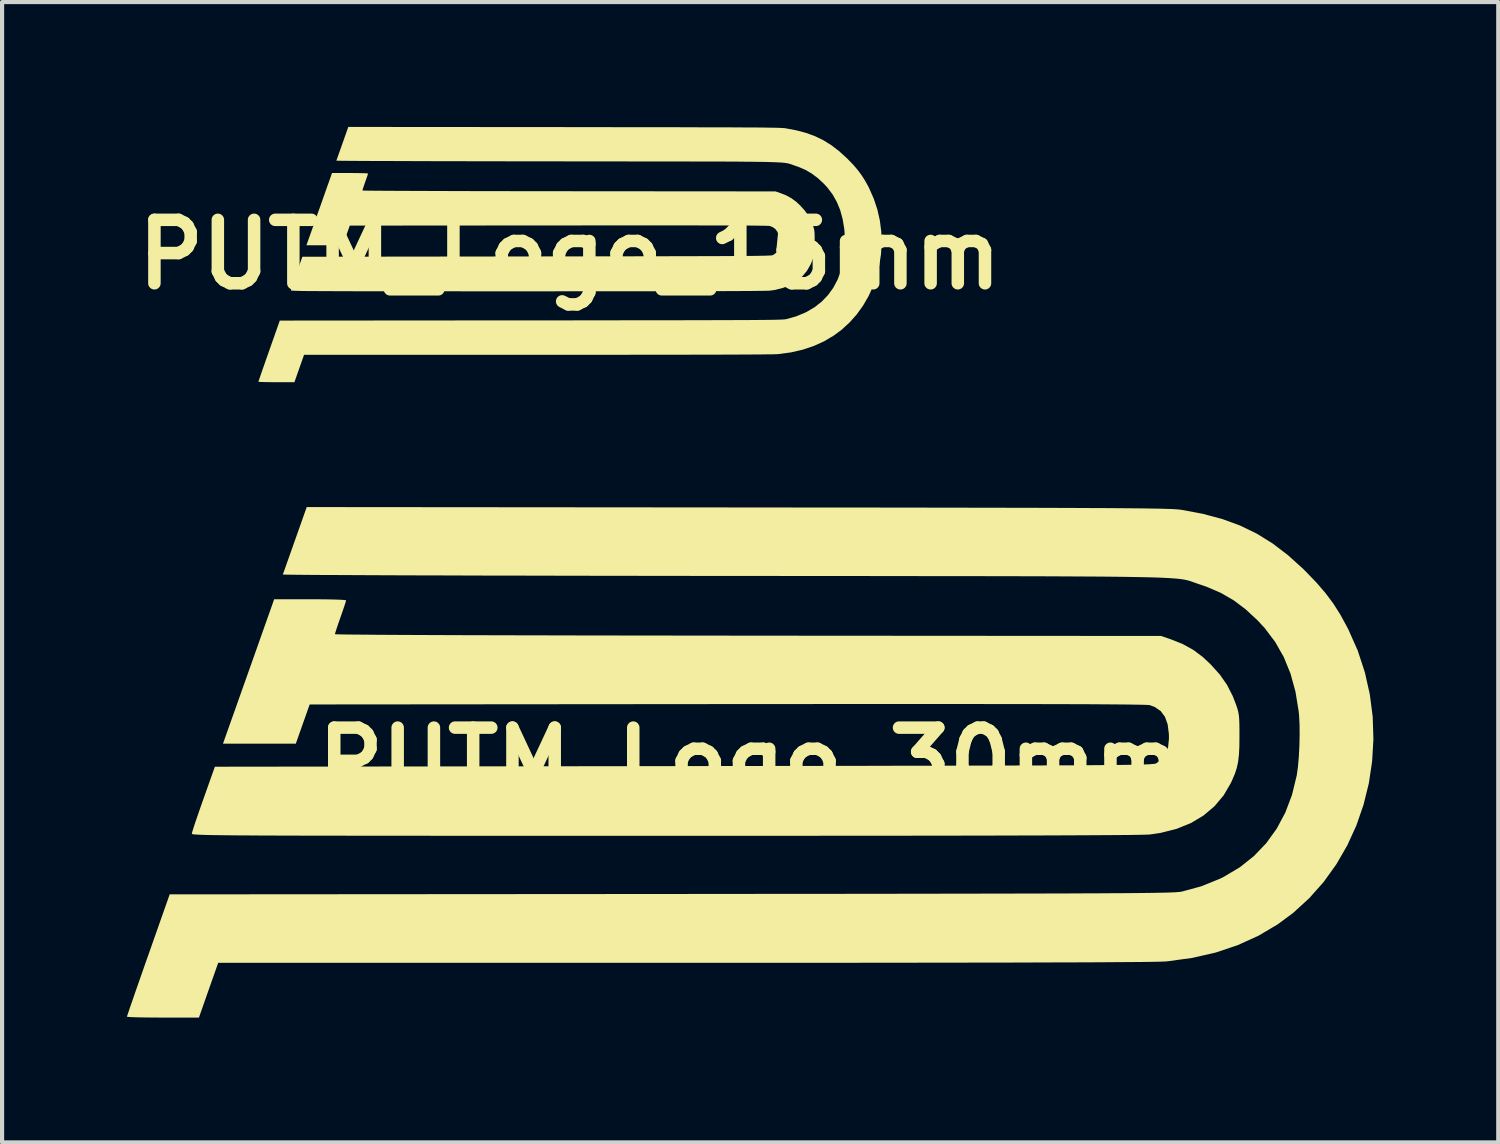
<source format=kicad_pcb>
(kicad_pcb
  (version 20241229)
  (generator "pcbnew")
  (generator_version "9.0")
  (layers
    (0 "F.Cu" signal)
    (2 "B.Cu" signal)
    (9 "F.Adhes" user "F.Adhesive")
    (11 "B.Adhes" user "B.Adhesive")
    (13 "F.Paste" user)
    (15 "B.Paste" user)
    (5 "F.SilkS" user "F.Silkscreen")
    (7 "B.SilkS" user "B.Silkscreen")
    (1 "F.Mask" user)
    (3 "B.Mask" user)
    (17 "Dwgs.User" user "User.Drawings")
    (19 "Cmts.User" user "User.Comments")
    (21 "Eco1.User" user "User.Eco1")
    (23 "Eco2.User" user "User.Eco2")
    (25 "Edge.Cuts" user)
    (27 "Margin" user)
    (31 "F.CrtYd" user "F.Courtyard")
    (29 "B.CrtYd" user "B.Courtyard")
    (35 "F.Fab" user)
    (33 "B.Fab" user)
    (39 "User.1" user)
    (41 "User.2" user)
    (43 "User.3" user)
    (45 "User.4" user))
  (footprint "PUTM_Logo_15mm"
    (layer "F.Cu")
    (at 10.639 3.067)
    (property "Reference" "PUTM_Logo_15mm" (at 0 0 0) (layer "F.SilkS") (effects (font (size 1.524 1.524) (thickness 0.3))))
    (attr board_only exclude_from_pos_files exclude_from_bom allow_missing_courtyard)
    (fp_poly (pts (xy -5.168 -1.959) (xy -5.068 -1.958) (xy -4.982 -1.956) (xy -4.914 -1.954) (xy -4.868 -1.951) (xy -4.847 -1.947) (xy -4.847 -1.946) (xy -4.851 -1.928) (xy -4.864 -1.887) (xy -4.884 -1.83) (xy -4.908 -1.761) (xy -4.914 -1.744) (xy -4.939 -1.673) (xy -4.959 -1.612) (xy -4.974 -1.566) (xy -4.981 -1.542) (xy -4.981 -1.54) (xy -4.966 -1.539) (xy -4.922 -1.537) (xy -4.85 -1.536) (xy -4.749 -1.535) (xy -4.621 -1.534) (xy -4.466 -1.533) (xy -4.286 -1.532) (xy -4.08 -1.531) (xy -3.849 -1.53) (xy -3.595 -1.529) (xy -3.317 -1.528) (xy -3.016 -1.527) (xy -2.693 -1.526) (xy -2.349 -1.525) (xy -1.984 -1.525) (xy -1.599 -1.524) (xy -1.195 -1.523) (xy -0.772 -1.523) (xy -0.331 -1.522) (xy -0.019 -1.522) (xy 4.944 -1.518) (xy 5.064 -1.477) (xy 5.207 -1.42) (xy 5.331 -1.351) (xy 5.447 -1.265) (xy 5.542 -1.175) (xy 5.651 -1.054) (xy 5.737 -0.93) (xy 5.805 -0.796) (xy 5.844 -0.696) (xy 5.86 -0.65) (xy 5.871 -0.611) (xy 5.878 -0.572) (xy 5.883 -0.526) (xy 5.885 -0.468) (xy 5.886 -0.391) (xy 5.886 -0.314) (xy 5.885 -0.192) (xy 5.88 -0.093) (xy 5.871 -0.011) (xy 5.855 0.063) (xy 5.832 0.133) (xy 5.801 0.208) (xy 5.783 0.247) (xy 5.696 0.397) (xy 5.586 0.527) (xy 5.455 0.639) (xy 5.302 0.729) (xy 5.13 0.799) (xy 4.94 0.848) (xy 4.812 0.867) (xy 4.785 0.868) (xy 4.735 0.87) (xy 4.661 0.871) (xy 4.562 0.872) (xy 4.438 0.874) (xy 4.288 0.875) (xy 4.114 0.876) (xy 3.913 0.877) (xy 3.687 0.878) (xy 3.434 0.878) (xy 3.154 0.879) (xy 2.848 0.88) (xy 2.514 0.88) (xy 2.152 0.881) (xy 1.763 0.881) (xy 1.345 0.882) (xy 0.899 0.882) (xy 0.425 0.882) (xy -0.079 0.882) (xy -0.613 0.883) (xy -1.017 0.883) (xy -1.508 0.883) (xy -1.969 0.883) (xy -2.403 0.883) (xy -2.81 0.882) (xy -3.19 0.882) (xy -3.544 0.882) (xy -3.874 0.882) (xy -4.181 0.882) (xy -4.464 0.882) (xy -4.725 0.882) (xy -4.966 0.881) (xy -5.186 0.881) (xy -5.387 0.88) (xy -5.569 0.88) (xy -5.734 0.879) (xy -5.882 0.879) (xy -6.014 0.878) (xy -6.131 0.877) (xy -6.234 0.877) (xy -6.325 0.876) (xy -6.402 0.875) (xy -6.469 0.874) (xy -6.525 0.872) (xy -6.571 0.871) (xy -6.609 0.87) (xy -6.638 0.868) (xy -6.661 0.866) (xy -6.678 0.865) (xy -6.689 0.863) (xy -6.696 0.861) (xy -6.7 0.859) (xy -6.701 0.857) (xy -6.701 0.856) (xy -6.696 0.836) (xy -6.682 0.791) (xy -6.66 0.726) (xy -6.633 0.644) (xy -6.6 0.55) (xy -6.564 0.448) (xy -6.562 0.441) (xy -6.423 0.052) (xy -0.792 0.045) (xy -0.303 0.044) (xy 0.157 0.044) (xy 0.589 0.043) (xy 0.994 0.042) (xy 1.372 0.042) (xy 1.725 0.041) (xy 2.054 0.041) (xy 2.358 0.04) (xy 2.64 0.039) (xy 2.9 0.039) (xy 3.139 0.038) (xy 3.358 0.038) (xy 3.558 0.037) (xy 3.739 0.036) (xy 3.903 0.035) (xy 4.051 0.034) (xy 4.182 0.034) (xy 4.299 0.033) (xy 4.403 0.032) (xy 4.493 0.031) (xy 4.571 0.029) (xy 4.638 0.028) (xy 4.694 0.027) (xy 4.742 0.025) (xy 4.78 0.024) (xy 4.812 0.022) (xy 4.836 0.021) (xy 4.854 0.019) (xy 4.868 0.017) (xy 4.878 0.015) (xy 4.884 0.013) (xy 4.886 0.012) (xy 4.954 -0.038) (xy 5.001 -0.101) (xy 5.029 -0.183) (xy 5.039 -0.285) (xy 5.038 -0.342) (xy 5.023 -0.456) (xy 4.991 -0.546) (xy 4.941 -0.615) (xy 4.87 -0.664) (xy 4.809 -0.687) (xy 4.795 -0.689) (xy 4.765 -0.69) (xy 4.717 -0.692) (xy 4.652 -0.693) (xy 4.568 -0.694) (xy 4.465 -0.696) (xy 4.342 -0.697) (xy 4.199 -0.697) (xy 4.036 -0.698) (xy 3.85 -0.699) (xy 3.643 -0.7) (xy 3.412 -0.7) (xy 3.158 -0.7) (xy 2.88 -0.701) (xy 2.576 -0.701) (xy 2.248 -0.701) (xy 1.893 -0.701) (xy 1.512 -0.701) (xy 1.103 -0.701) (xy 0.666 -0.701) (xy 0.201 -0.7) (xy -0.268 -0.7) (xy -5.285 -0.696) (xy -5.368 -0.46) (xy -5.451 -0.224) (xy -6.326 -0.224) (xy -6.306 -0.28) (xy -6.296 -0.309) (xy -6.277 -0.363) (xy -6.25 -0.438) (xy -6.217 -0.53) (xy -6.179 -0.638) (xy -6.137 -0.757) (xy -6.092 -0.884) (xy -6.045 -1.017) (xy -5.997 -1.151) (xy -5.95 -1.283) (xy -5.905 -1.411) (xy -5.863 -1.53) (xy -5.825 -1.639) (xy -5.791 -1.732) (xy -5.765 -1.808) (xy -5.745 -1.863) (xy -5.734 -1.894) (xy -5.734 -1.896) (xy -5.711 -1.96) (xy -5.279 -1.96)) (stroke (width 0) (type solid)) (fill yes) (layer "F.SilkS"))
    (fp_poly (pts (xy -0.143 -3.063) (xy 0.327 -3.062) (xy 0.769 -3.062) (xy 1.182 -3.061) (xy 1.569 -3.061) (xy 1.929 -3.06) (xy 2.264 -3.06) (xy 2.575 -3.06) (xy 2.862 -3.059) (xy 3.127 -3.058) (xy 3.371 -3.058) (xy 3.594 -3.057) (xy 3.798 -3.057) (xy 3.983 -3.056) (xy 4.15 -3.055) (xy 4.301 -3.054) (xy 4.436 -3.054) (xy 4.557 -3.053) (xy 4.663 -3.052) (xy 4.757 -3.05) (xy 4.838 -3.049) (xy 4.909 -3.048) (xy 4.969 -3.047) (xy 5.021 -3.045) (xy 5.064 -3.043) (xy 5.1 -3.042) (xy 5.129 -3.04) (xy 5.154 -3.038) (xy 5.174 -3.036) (xy 5.19 -3.034) (xy 5.192 -3.033) (xy 5.447 -2.985) (xy 5.68 -2.923) (xy 5.894 -2.845) (xy 6.094 -2.748) (xy 6.284 -2.63) (xy 6.468 -2.489) (xy 6.651 -2.324) (xy 6.687 -2.289) (xy 6.814 -2.157) (xy 6.921 -2.032) (xy 7.013 -1.908) (xy 7.097 -1.776) (xy 7.179 -1.628) (xy 7.195 -1.595) (xy 7.307 -1.341) (xy 7.393 -1.081) (xy 7.453 -0.815) (xy 7.487 -0.547) (xy 7.496 -0.279) (xy 7.48 -0.012) (xy 7.44 0.251) (xy 7.377 0.508) (xy 7.291 0.758) (xy 7.182 0.997) (xy 7.051 1.223) (xy 6.899 1.436) (xy 6.725 1.631) (xy 6.532 1.808) (xy 6.345 1.946) (xy 6.114 2.083) (xy 5.866 2.196) (xy 5.6 2.285) (xy 5.319 2.35) (xy 5.023 2.39) (xy 4.992 2.393) (xy 4.959 2.394) (xy 4.9 2.396) (xy 4.814 2.397) (xy 4.702 2.398) (xy 4.563 2.4) (xy 4.398 2.401) (xy 4.204 2.402) (xy 3.984 2.403) (xy 3.736 2.404) (xy 3.46 2.405) (xy 3.156 2.405) (xy 2.824 2.406) (xy 2.463 2.407) (xy 2.074 2.407) (xy 1.656 2.407) (xy 1.209 2.408) (xy 0.733 2.408) (xy 0.228 2.408) (xy -0.307 2.408) (xy -0.792 2.408) (xy -6.383 2.408) (xy -6.499 2.737) (xy -6.615 3.067) (xy -7.047 3.067) (xy -7.158 3.066) (xy -7.257 3.065) (xy -7.343 3.063) (xy -7.411 3.061) (xy -7.458 3.059) (xy -7.479 3.056) (xy -7.48 3.055) (xy -7.475 3.039) (xy -7.461 2.998) (xy -7.439 2.934) (xy -7.41 2.849) (xy -7.375 2.748) (xy -7.334 2.631) (xy -7.289 2.502) (xy -7.24 2.364) (xy -7.223 2.315) (xy -6.966 1.586) (xy -0.944 1.581) (xy -0.436 1.581) (xy 0.043 1.581) (xy 0.494 1.58) (xy 0.918 1.58) (xy 1.315 1.579) (xy 1.686 1.579) (xy 2.033 1.579) (xy 2.356 1.578) (xy 2.656 1.578) (xy 2.934 1.577) (xy 3.191 1.577) (xy 3.427 1.576) (xy 3.643 1.576) (xy 3.841 1.575) (xy 4.021 1.574) (xy 4.185 1.573) (xy 4.332 1.573) (xy 4.464 1.572) (xy 4.581 1.571) (xy 4.686 1.57) (xy 4.777 1.569) (xy 4.857 1.568) (xy 4.926 1.567) (xy 4.985 1.565) (xy 5.034 1.564) (xy 5.076 1.562) (xy 5.11 1.561) (xy 5.138 1.559) (xy 5.159 1.557) (xy 5.176 1.556) (xy 5.189 1.554) (xy 5.194 1.553) (xy 5.428 1.489) (xy 5.651 1.398) (xy 5.699 1.374) (xy 5.89 1.261) (xy 6.06 1.126) (xy 6.208 0.971) (xy 6.334 0.797) (xy 6.437 0.603) (xy 6.517 0.392) (xy 6.573 0.163) (xy 6.575 0.155) (xy 6.589 0.057) (xy 6.599 -0.063) (xy 6.606 -0.194) (xy 6.609 -0.328) (xy 6.608 -0.456) (xy 6.602 -0.568) (xy 6.598 -0.612) (xy 6.559 -0.85) (xy 6.5 -1.066) (xy 6.419 -1.264) (xy 6.316 -1.446) (xy 6.19 -1.613) (xy 6.103 -1.706) (xy 5.96 -1.839) (xy 5.817 -1.946) (xy 5.666 -2.034) (xy 5.5 -2.106) (xy 5.404 -2.139) (xy 5.378 -2.148) (xy 5.356 -2.156) (xy 5.336 -2.163) (xy 5.317 -2.17) (xy 5.298 -2.177) (xy 5.278 -2.183) (xy 5.256 -2.188) (xy 5.232 -2.194) (xy 5.204 -2.198) (xy 5.172 -2.203) (xy 5.134 -2.207) (xy 5.089 -2.211) (xy 5.037 -2.214) (xy 4.977 -2.217) (xy 4.907 -2.22) (xy 4.828 -2.222) (xy 4.737 -2.225) (xy 4.634 -2.227) (xy 4.518 -2.228) (xy 4.387 -2.23) (xy 4.242 -2.231) (xy 4.081 -2.233) (xy 3.903 -2.234) (xy 3.708 -2.235) (xy 3.493 -2.235) (xy 3.259 -2.236) (xy 3.005 -2.236) (xy 2.728 -2.237) (xy 2.43 -2.237) (xy 2.107 -2.238) (xy 1.761 -2.238) (xy 1.389 -2.238) (xy 0.991 -2.239) (xy 0.565 -2.239) (xy 0.111 -2.239) (xy -0.297 -2.24) (xy -0.693 -2.24) (xy -1.083 -2.24) (xy -1.463 -2.241) (xy -1.833 -2.242) (xy -2.193 -2.242) (xy -2.541 -2.243) (xy -2.875 -2.243) (xy -3.196 -2.244) (xy -3.501 -2.245) (xy -3.79 -2.246) (xy -4.062 -2.247) (xy -4.315 -2.248) (xy -4.549 -2.248) (xy -4.763 -2.249) (xy -4.955 -2.25) (xy -5.124 -2.251) (xy -5.27 -2.252) (xy -5.391 -2.253) (xy -5.486 -2.254) (xy -5.555 -2.255) (xy -5.595 -2.256) (xy -5.607 -2.257) (xy -5.601 -2.274) (xy -5.586 -2.315) (xy -5.564 -2.377) (xy -5.536 -2.457) (xy -5.503 -2.549) (xy -5.467 -2.652) (xy -5.461 -2.668) (xy -5.32 -3.067)) (stroke (width 0) (type solid)) (fill yes) (layer "F.SilkS")))
  (footprint "PUTM_Logo_30mm"
    (layer "F.Cu")
    (at 14.96 15.268)
    (property "Reference" "PUTM_Logo_30mm" (at 0 0 0) (layer "F.SilkS") (effects (font (size 1.524 1.524) (thickness 0.3))))
    (attr board_only exclude_from_pos_files exclude_from_bom allow_missing_courtyard)
    (fp_poly (pts (xy -10.336 -3.918) (xy -10.136 -3.916) (xy -9.964 -3.912) (xy -9.828 -3.907) (xy -9.736 -3.901) (xy -9.695 -3.894) (xy -9.693 -3.893) (xy -9.703 -3.856) (xy -9.729 -3.775) (xy -9.768 -3.659) (xy -9.816 -3.521) (xy -9.828 -3.487) (xy -9.878 -3.345) (xy -9.919 -3.223) (xy -9.948 -3.132) (xy -9.962 -3.084) (xy -9.963 -3.08) (xy -9.933 -3.077) (xy -9.845 -3.075) (xy -9.699 -3.072) (xy -9.498 -3.07) (xy -9.242 -3.068) (xy -8.933 -3.065) (xy -8.572 -3.063) (xy -8.16 -3.061) (xy -7.699 -3.059) (xy -7.189 -3.057) (xy -6.633 -3.055) (xy -6.032 -3.054) (xy -5.387 -3.052) (xy -4.698 -3.051) (xy -3.969 -3.049) (xy -3.199 -3.048) (xy -2.39 -3.047) (xy -1.544 -3.046) (xy -0.661 -3.045) (xy -0.037 -3.044) (xy 9.888 -3.037) (xy 10.127 -2.955) (xy 10.414 -2.84) (xy 10.663 -2.702) (xy 10.894 -2.529) (xy 11.084 -2.35) (xy 11.302 -2.107) (xy 11.474 -1.86) (xy 11.611 -1.592) (xy 11.689 -1.391) (xy 11.719 -1.301) (xy 11.741 -1.223) (xy 11.756 -1.144) (xy 11.765 -1.052) (xy 11.77 -0.936) (xy 11.772 -0.781) (xy 11.772 -0.628) (xy 11.77 -0.384) (xy 11.76 -0.187) (xy 11.741 -0.021) (xy 11.71 0.125) (xy 11.665 0.267) (xy 11.602 0.416) (xy 11.567 0.494) (xy 11.392 0.793) (xy 11.172 1.055) (xy 10.909 1.277) (xy 10.605 1.459) (xy 10.261 1.598) (xy 9.879 1.695) (xy 9.623 1.733) (xy 9.571 1.736) (xy 9.47 1.739) (xy 9.321 1.742) (xy 9.123 1.745) (xy 8.875 1.747) (xy 8.577 1.749) (xy 8.228 1.751) (xy 7.827 1.753) (xy 7.374 1.755) (xy 6.868 1.757) (xy 6.309 1.758) (xy 5.695 1.76) (xy 5.028 1.761) (xy 4.305 1.762) (xy 3.526 1.763) (xy 2.691 1.764) (xy 1.799 1.764) (xy 0.849 1.765) (xy -0.159 1.765) (xy -1.226 1.765) (xy -2.033 1.765) (xy -3.015 1.765) (xy -3.939 1.765) (xy -4.807 1.765) (xy -5.62 1.765) (xy -6.38 1.765) (xy -7.089 1.765) (xy -7.749 1.764) (xy -8.361 1.764) (xy -8.928 1.764) (xy -9.451 1.763) (xy -9.932 1.762) (xy -10.372 1.762) (xy -10.773 1.761) (xy -11.138 1.76) (xy -11.467 1.759) (xy -11.763 1.758) (xy -12.028 1.756) (xy -12.262 1.755) (xy -12.469 1.753) (xy -12.649 1.751) (xy -12.805 1.749) (xy -12.938 1.747) (xy -13.05 1.745) (xy -13.142 1.742) (xy -13.217 1.739) (xy -13.277 1.736) (xy -13.322 1.733) (xy -13.355 1.73) (xy -13.378 1.726) (xy -13.392 1.722) (xy -13.399 1.718) (xy -13.401 1.713) (xy -13.401 1.713) (xy -13.391 1.672) (xy -13.363 1.582) (xy -13.321 1.452) (xy -13.265 1.289) (xy -13.2 1.101) (xy -13.128 0.896) (xy -13.123 0.883) (xy -12.847 0.105) (xy -1.584 0.09) (xy -0.606 0.088) (xy 0.314 0.087) (xy 1.178 0.086) (xy 1.988 0.085) (xy 2.745 0.084) (xy 3.45 0.082) (xy 4.107 0.081) (xy 4.717 0.08) (xy 5.28 0.079) (xy 5.801 0.078) (xy 6.279 0.076) (xy 6.716 0.075) (xy 7.116 0.074) (xy 7.479 0.072) (xy 7.807 0.071) (xy 8.101 0.069) (xy 8.365 0.067) (xy 8.599 0.065) (xy 8.805 0.063) (xy 8.986 0.061) (xy 9.142 0.059) (xy 9.276 0.056) (xy 9.389 0.054) (xy 9.483 0.051) (xy 9.561 0.048) (xy 9.623 0.045) (xy 9.672 0.041) (xy 9.709 0.038) (xy 9.736 0.034) (xy 9.755 0.03) (xy 9.768 0.026) (xy 9.772 0.024) (xy 9.908 -0.075) (xy 10.002 -0.203) (xy 10.058 -0.366) (xy 10.078 -0.57) (xy 10.076 -0.684) (xy 10.047 -0.912) (xy 9.983 -1.093) (xy 9.881 -1.231) (xy 9.741 -1.328) (xy 9.618 -1.375) (xy 9.59 -1.378) (xy 9.529 -1.381) (xy 9.434 -1.384) (xy 9.303 -1.386) (xy 9.135 -1.389) (xy 8.93 -1.391) (xy 8.685 -1.393) (xy 8.399 -1.395) (xy 8.071 -1.397) (xy 7.7 -1.398) (xy 7.285 -1.399) (xy 6.824 -1.4) (xy 6.316 -1.401) (xy 5.759 -1.401) (xy 5.153 -1.402) (xy 4.496 -1.402) (xy 3.787 -1.402) (xy 3.024 -1.402) (xy 2.206 -1.402) (xy 1.333 -1.401) (xy 0.402 -1.401) (xy -0.535 -1.4) (xy -10.569 -1.391) (xy -10.736 -0.92) (xy -10.902 -0.449) (xy -12.652 -0.449) (xy -12.612 -0.561) (xy -12.592 -0.619) (xy -12.554 -0.726) (xy -12.501 -0.875) (xy -12.435 -1.061) (xy -12.358 -1.276) (xy -12.274 -1.514) (xy -12.184 -1.769) (xy -12.09 -2.033) (xy -11.995 -2.301) (xy -11.901 -2.566) (xy -11.81 -2.822) (xy -11.726 -3.061) (xy -11.649 -3.278) (xy -11.583 -3.465) (xy -11.529 -3.617) (xy -11.49 -3.726) (xy -11.469 -3.787) (xy -11.467 -3.792) (xy -11.423 -3.919) (xy -10.558 -3.919)) (stroke (width 0) (type solid)) (fill yes) (layer "F.SilkS"))
    (fp_poly (pts (xy -0.286 -6.125) (xy 0.655 -6.124) (xy 1.538 -6.123) (xy 2.364 -6.123) (xy 3.137 -6.122) (xy 3.858 -6.121) (xy 4.528 -6.12) (xy 5.149 -6.119) (xy 5.724 -6.118) (xy 6.254 -6.117) (xy 6.742 -6.116) (xy 7.188 -6.115) (xy 7.596 -6.113) (xy 7.966 -6.112) (xy 8.301 -6.11) (xy 8.603 -6.109) (xy 8.873 -6.107) (xy 9.113 -6.105) (xy 9.326 -6.103) (xy 9.513 -6.101) (xy 9.676 -6.098) (xy 9.818 -6.096) (xy 9.939 -6.093) (xy 10.041 -6.09) (xy 10.128 -6.087) (xy 10.199 -6.084) (xy 10.259 -6.08) (xy 10.307 -6.076) (xy 10.347 -6.072) (xy 10.38 -6.067) (xy 10.383 -6.067) (xy 10.895 -5.971) (xy 11.361 -5.846) (xy 11.789 -5.689) (xy 12.189 -5.495) (xy 12.568 -5.26) (xy 12.937 -4.979) (xy 13.303 -4.648) (xy 13.374 -4.577) (xy 13.628 -4.313) (xy 13.841 -4.065) (xy 14.027 -3.816) (xy 14.195 -3.551) (xy 14.357 -3.255) (xy 14.39 -3.19) (xy 14.615 -2.683) (xy 14.786 -2.161) (xy 14.905 -1.63) (xy 14.974 -1.094) (xy 14.991 -0.557) (xy 14.96 -0.023) (xy 14.881 0.503) (xy 14.754 1.017) (xy 14.582 1.515) (xy 14.364 1.993) (xy 14.102 2.447) (xy 13.798 2.871) (xy 13.451 3.262) (xy 13.063 3.617) (xy 12.69 3.893) (xy 12.229 4.166) (xy 11.731 4.392) (xy 11.201 4.57) (xy 10.638 4.699) (xy 10.046 4.78) (xy 9.983 4.785) (xy 9.918 4.788) (xy 9.8 4.791) (xy 9.629 4.794) (xy 9.405 4.797) (xy 9.127 4.799) (xy 8.795 4.801) (xy 8.409 4.804) (xy 7.968 4.806) (xy 7.471 4.807) (xy 6.919 4.809) (xy 6.311 4.811) (xy 5.647 4.812) (xy 4.926 4.813) (xy 4.148 4.814) (xy 3.312 4.815) (xy 2.418 4.816) (xy 1.466 4.816) (xy 0.455 4.816) (xy -0.615 4.817) (xy -1.583 4.817) (xy -12.767 4.817) (xy -12.999 5.475) (xy -13.23 6.133) (xy -14.095 6.133) (xy -14.315 6.132) (xy -14.515 6.13) (xy -14.687 6.127) (xy -14.823 6.123) (xy -14.915 6.118) (xy -14.958 6.112) (xy -14.96 6.111) (xy -14.95 6.079) (xy -14.922 5.996) (xy -14.879 5.868) (xy -14.82 5.699) (xy -14.75 5.495) (xy -14.668 5.262) (xy -14.578 5.004) (xy -14.481 4.727) (xy -14.446 4.63) (xy -13.933 3.172) (xy -1.888 3.163) (xy -0.872 3.162) (xy 0.087 3.161) (xy 0.988 3.16) (xy 1.836 3.16) (xy 2.63 3.159) (xy 3.373 3.158) (xy 4.066 3.157) (xy 4.712 3.156) (xy 5.312 3.155) (xy 5.868 3.154) (xy 6.381 3.153) (xy 6.853 3.152) (xy 7.287 3.151) (xy 7.683 3.15) (xy 8.043 3.148) (xy 8.369 3.147) (xy 8.664 3.145) (xy 8.928 3.144) (xy 9.163 3.142) (xy 9.371 3.14) (xy 9.554 3.138) (xy 9.714 3.136) (xy 9.852 3.133) (xy 9.969 3.131) (xy 10.069 3.128) (xy 10.152 3.125) (xy 10.22 3.122) (xy 10.275 3.118) (xy 10.319 3.115) (xy 10.353 3.111) (xy 10.379 3.107) (xy 10.389 3.105) (xy 10.855 2.978) (xy 11.302 2.797) (xy 11.399 2.749) (xy 11.781 2.521) (xy 12.12 2.252) (xy 12.416 1.942) (xy 12.667 1.594) (xy 12.874 1.207) (xy 13.034 0.784) (xy 13.146 0.325) (xy 13.149 0.31) (xy 13.177 0.113) (xy 13.198 -0.126) (xy 13.212 -0.388) (xy 13.218 -0.656) (xy 13.216 -0.911) (xy 13.204 -1.136) (xy 13.195 -1.225) (xy 13.118 -1.699) (xy 12.999 -2.132) (xy 12.838 -2.528) (xy 12.632 -2.891) (xy 12.379 -3.226) (xy 12.206 -3.413) (xy 11.921 -3.677) (xy 11.634 -3.893) (xy 11.332 -4.068) (xy 11 -4.212) (xy 10.808 -4.279) (xy 10.757 -4.296) (xy 10.712 -4.312) (xy 10.672 -4.326) (xy 10.633 -4.34) (xy 10.595 -4.353) (xy 10.556 -4.365) (xy 10.512 -4.377) (xy 10.464 -4.387) (xy 10.408 -4.397) (xy 10.343 -4.406) (xy 10.267 -4.414) (xy 10.178 -4.421) (xy 10.074 -4.428) (xy 9.954 -4.434) (xy 9.815 -4.44) (xy 9.655 -4.445) (xy 9.474 -4.449) (xy 9.267 -4.453) (xy 9.035 -4.457) (xy 8.775 -4.46) (xy 8.485 -4.463) (xy 8.163 -4.465) (xy 7.807 -4.467) (xy 7.416 -4.469) (xy 6.987 -4.471) (xy 6.519 -4.472) (xy 6.009 -4.473) (xy 5.457 -4.474) (xy 4.859 -4.475) (xy 4.215 -4.475) (xy 3.522 -4.476) (xy 2.778 -4.477) (xy 1.981 -4.477) (xy 1.13 -4.478) (xy 0.223 -4.479) (xy -0.593 -4.479) (xy -1.387 -4.48) (xy -2.165 -4.481) (xy -2.926 -4.482) (xy -3.667 -4.483) (xy -4.386 -4.484) (xy -5.081 -4.486) (xy -5.75 -4.487) (xy -6.391 -4.488) (xy -7.002 -4.49) (xy -7.58 -4.492) (xy -8.123 -4.493) (xy -8.63 -4.495) (xy -9.098 -4.497) (xy -9.525 -4.499) (xy -9.909 -4.501) (xy -10.248 -4.502) (xy -10.54 -4.504) (xy -10.782 -4.506) (xy -10.972 -4.508) (xy -11.109 -4.51) (xy -11.19 -4.512) (xy -11.214 -4.514) (xy -11.202 -4.548) (xy -11.172 -4.63) (xy -11.128 -4.755) (xy -11.072 -4.913) (xy -11.006 -5.099) (xy -10.934 -5.303) (xy -10.922 -5.337) (xy -10.64 -6.134)) (stroke (width 0) (type solid)) (fill yes) (layer "F.SilkS")))
  (gr_rect
    (start -3 -3)
    (end 32.951 24.401)
    (stroke (width 0.1) (type default))
    (fill no)
    (layer "Edge.Cuts")))
</source>
